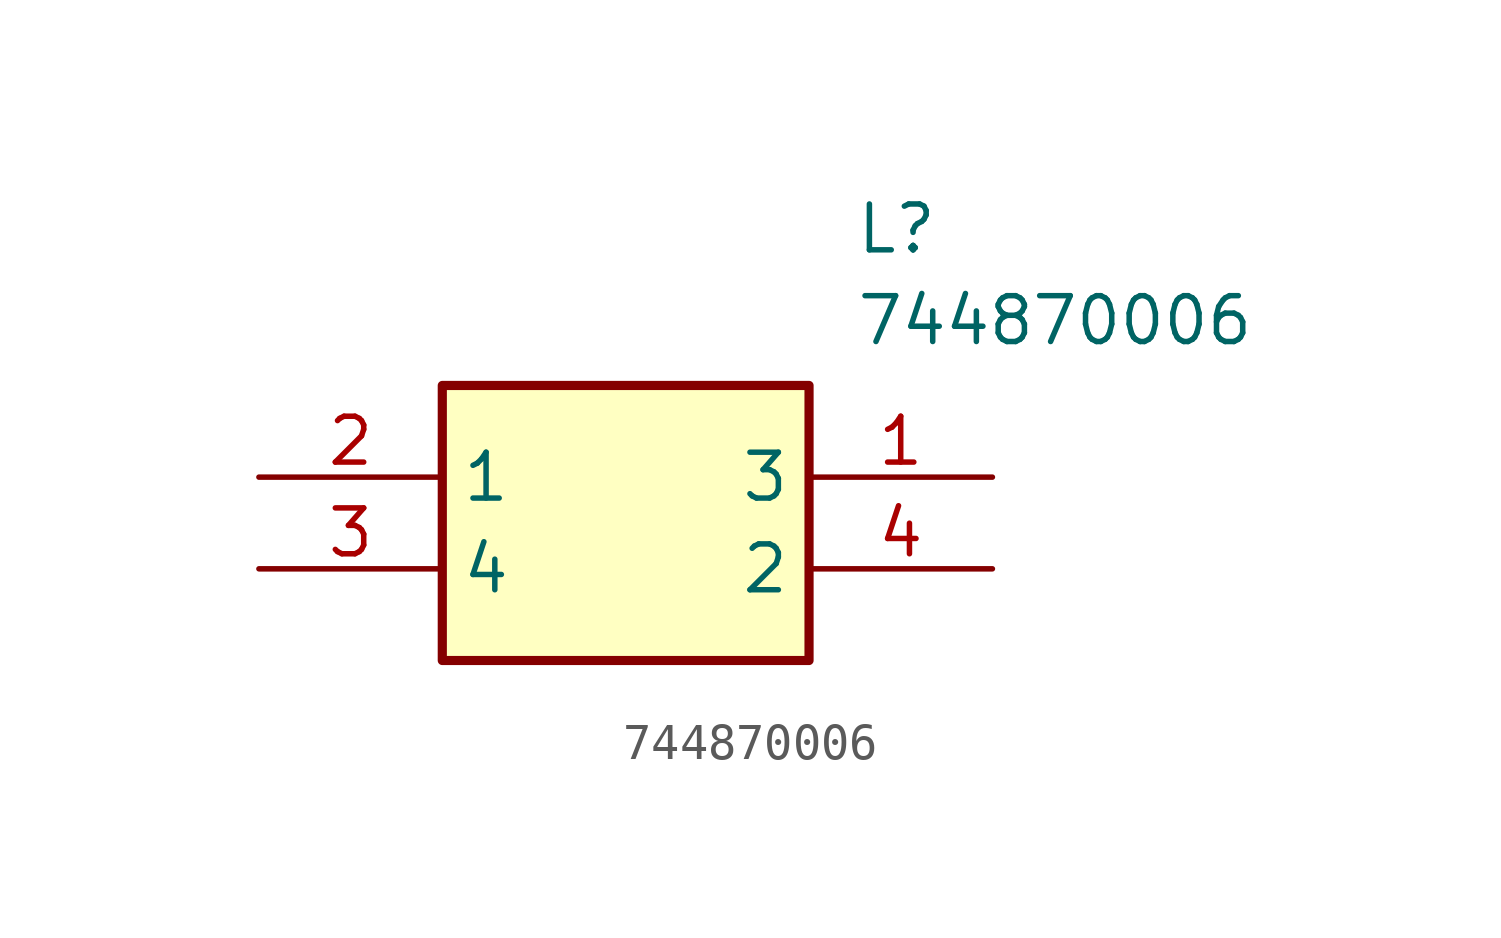
<source format=kicad_sym>
(kicad_symbol_lib
  (version 20211014)
  (generator SamacSys_ECAD_Model)
  (symbol "744870006"
    (property "Reference" "L"
      (at 16.51 7.62 0)
      (effects (font (size 1.27 1.27)) (justify left top)))
    (property "Value" "744870006"
      (at 16.51 5.08 0)
      (effects (font (size 1.27 1.27)) (justify left top)))
    (rectangle
      (start 5.08 2.54)
      (end 15.24 -5.08)
      (stroke (width 0.254) (type default))
      (fill (type background)))
    (pin passive line
      (at 20.32 0 180)
      (length 5.08)
      (name "3" (effects (font (size 1.27 1.27))))
      (number "1" (effects (font (size 1.27 1.27)))))
    (pin passive line
      (at 0 0 0)
      (length 5.08)
      (name "1" (effects (font (size 1.27 1.27))))
      (number "2" (effects (font (size 1.27 1.27)))))
    (pin passive line
      (at 0 -2.54 0)
      (length 5.08)
      (name "4" (effects (font (size 1.27 1.27))))
      (number "3" (effects (font (size 1.27 1.27)))))
    (pin passive line
      (at 20.32 -2.54 180)
      (length 5.08)
      (name "2" (effects (font (size 1.27 1.27))))
      (number "4" (effects (font (size 1.27 1.27)))))))
</source>
